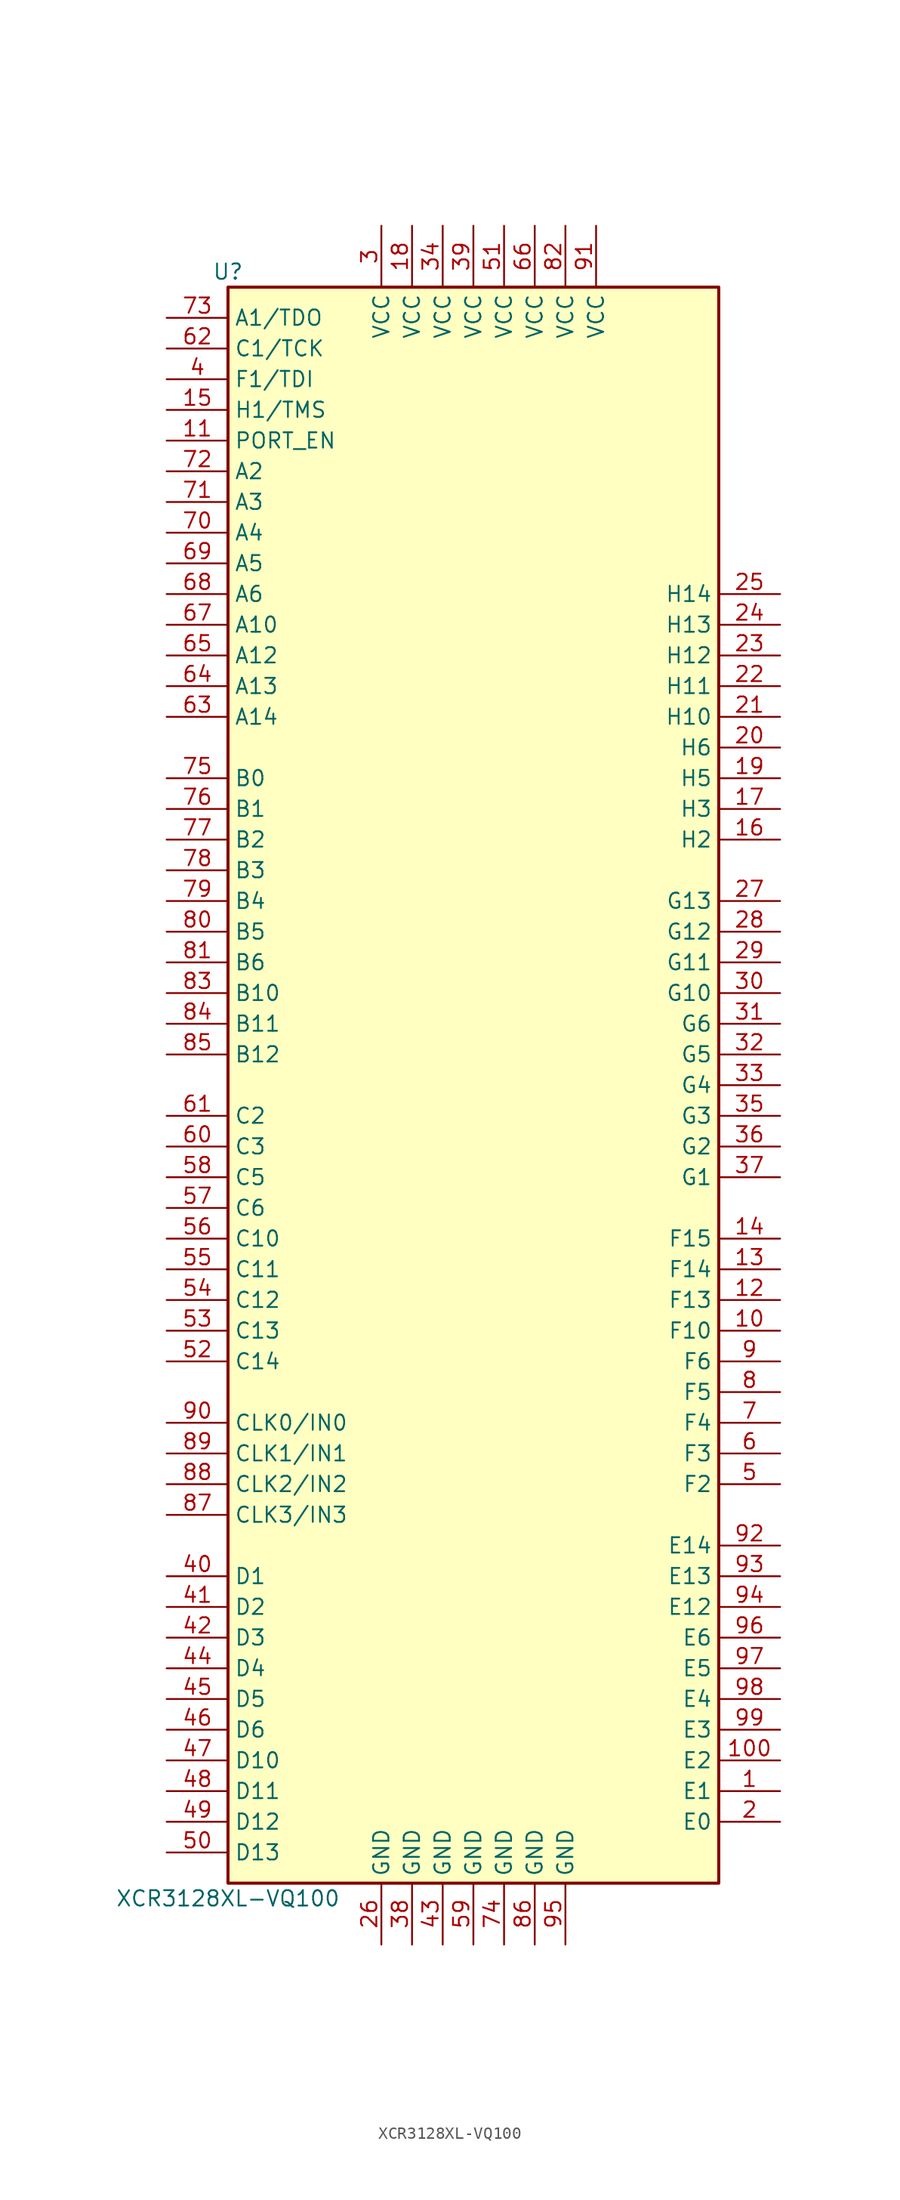
<source format=kicad_sym>
(kicad_symbol_lib
  (version 20231120)
  (generator "kicad_symbol_editor")
  (generator_version "8.0")
  (symbol "XCR3128XL-VQ100"
    (property "Reference" "U"
      (at -20.32 67.31 0)
      (effects (font (size 1.27 1.27))))
    (property "Value" "XCR3128XL-VQ100"
      (at -20.32 -67.31 0)
      (effects (font (size 1.27 1.27))))
    (symbol "XCR3128XL-VQ100_1_1"
      (rectangle (start -20.32 66.04) (end 20.32 -66.04) (stroke (width 0.254) (type default)) (fill (type background)))
      (pin passive line (at 25.4 -58.42 180) (length 5.08) (name "E1" (effects (font (size 1.27 1.27)))) (number "1" (effects (font (size 1.27 1.27)))))
      (pin passive line (at 25.4 -20.32 180) (length 5.08) (name "F10" (effects (font (size 1.27 1.27)))) (number "10" (effects (font (size 1.27 1.27)))))
      (pin passive line (at 25.4 -55.88 180) (length 5.08) (name "E2" (effects (font (size 1.27 1.27)))) (number "100" (effects (font (size 1.27 1.27)))))
      (pin passive line (at -25.4 53.34 0) (length 5.08) (name "PORT_EN" (effects (font (size 1.27 1.27)))) (number "11" (effects (font (size 1.27 1.27)))))
      (pin passive line (at 25.4 -17.78 180) (length 5.08) (name "F13" (effects (font (size 1.27 1.27)))) (number "12" (effects (font (size 1.27 1.27)))))
      (pin passive line (at 25.4 -15.24 180) (length 5.08) (name "F14" (effects (font (size 1.27 1.27)))) (number "13" (effects (font (size 1.27 1.27)))))
      (pin passive line (at 25.4 -12.7 180) (length 5.08) (name "F15" (effects (font (size 1.27 1.27)))) (number "14" (effects (font (size 1.27 1.27)))))
      (pin passive line (at -25.4 55.88 0) (length 5.08) (name "H1/TMS" (effects (font (size 1.27 1.27)))) (number "15" (effects (font (size 1.27 1.27)))))
      (pin passive line (at 25.4 20.32 180) (length 5.08) (name "H2" (effects (font (size 1.27 1.27)))) (number "16" (effects (font (size 1.27 1.27)))))
      (pin passive line (at 25.4 22.86 180) (length 5.08) (name "H3" (effects (font (size 1.27 1.27)))) (number "17" (effects (font (size 1.27 1.27)))))
      (pin power_in line (at -5.08 71.12 270) (length 5.08) (name "VCC" (effects (font (size 1.27 1.27)))) (number "18" (effects (font (size 1.27 1.27)))))
      (pin passive line (at 25.4 25.4 180) (length 5.08) (name "H5" (effects (font (size 1.27 1.27)))) (number "19" (effects (font (size 1.27 1.27)))))
      (pin passive line (at 25.4 -60.96 180) (length 5.08) (name "E0" (effects (font (size 1.27 1.27)))) (number "2" (effects (font (size 1.27 1.27)))))
      (pin passive line (at 25.4 27.94 180) (length 5.08) (name "H6" (effects (font (size 1.27 1.27)))) (number "20" (effects (font (size 1.27 1.27)))))
      (pin passive line (at 25.4 30.48 180) (length 5.08) (name "H10" (effects (font (size 1.27 1.27)))) (number "21" (effects (font (size 1.27 1.27)))))
      (pin passive line (at 25.4 33.02 180) (length 5.08) (name "H11" (effects (font (size 1.27 1.27)))) (number "22" (effects (font (size 1.27 1.27)))))
      (pin passive line (at 25.4 35.56 180) (length 5.08) (name "H12" (effects (font (size 1.27 1.27)))) (number "23" (effects (font (size 1.27 1.27)))))
      (pin passive line (at 25.4 38.1 180) (length 5.08) (name "H13" (effects (font (size 1.27 1.27)))) (number "24" (effects (font (size 1.27 1.27)))))
      (pin passive line (at 25.4 40.64 180) (length 5.08) (name "H14" (effects (font (size 1.27 1.27)))) (number "25" (effects (font (size 1.27 1.27)))))
      (pin power_in line (at -7.62 -71.12 90) (length 5.08) (name "GND" (effects (font (size 1.27 1.27)))) (number "26" (effects (font (size 1.27 1.27)))))
      (pin passive line (at 25.4 15.24 180) (length 5.08) (name "G13" (effects (font (size 1.27 1.27)))) (number "27" (effects (font (size 1.27 1.27)))))
      (pin passive line (at 25.4 12.7 180) (length 5.08) (name "G12" (effects (font (size 1.27 1.27)))) (number "28" (effects (font (size 1.27 1.27)))))
      (pin passive line (at 25.4 10.16 180) (length 5.08) (name "G11" (effects (font (size 1.27 1.27)))) (number "29" (effects (font (size 1.27 1.27)))))
      (pin power_in line (at -7.62 71.12 270) (length 5.08) (name "VCC" (effects (font (size 1.27 1.27)))) (number "3" (effects (font (size 1.27 1.27)))))
      (pin passive line (at 25.4 7.62 180) (length 5.08) (name "G10" (effects (font (size 1.27 1.27)))) (number "30" (effects (font (size 1.27 1.27)))))
      (pin passive line (at 25.4 5.08 180) (length 5.08) (name "G6" (effects (font (size 1.27 1.27)))) (number "31" (effects (font (size 1.27 1.27)))))
      (pin passive line (at 25.4 2.54 180) (length 5.08) (name "G5" (effects (font (size 1.27 1.27)))) (number "32" (effects (font (size 1.27 1.27)))))
      (pin passive line (at 25.4 0 180) (length 5.08) (name "G4" (effects (font (size 1.27 1.27)))) (number "33" (effects (font (size 1.27 1.27)))))
      (pin power_in line (at -2.54 71.12 270) (length 5.08) (name "VCC" (effects (font (size 1.27 1.27)))) (number "34" (effects (font (size 1.27 1.27)))))
      (pin passive line (at 25.4 -2.54 180) (length 5.08) (name "G3" (effects (font (size 1.27 1.27)))) (number "35" (effects (font (size 1.27 1.27)))))
      (pin passive line (at 25.4 -5.08 180) (length 5.08) (name "G2" (effects (font (size 1.27 1.27)))) (number "36" (effects (font (size 1.27 1.27)))))
      (pin passive line (at 25.4 -7.62 180) (length 5.08) (name "G1" (effects (font (size 1.27 1.27)))) (number "37" (effects (font (size 1.27 1.27)))))
      (pin power_in line (at -5.08 -71.12 90) (length 5.08) (name "GND" (effects (font (size 1.27 1.27)))) (number "38" (effects (font (size 1.27 1.27)))))
      (pin power_in line (at 0 71.12 270) (length 5.08) (name "VCC" (effects (font (size 1.27 1.27)))) (number "39" (effects (font (size 1.27 1.27)))))
      (pin passive line (at -25.4 58.42 0) (length 5.08) (name "F1/TDI" (effects (font (size 1.27 1.27)))) (number "4" (effects (font (size 1.27 1.27)))))
      (pin passive line (at -25.4 -40.64 0) (length 5.08) (name "D1" (effects (font (size 1.27 1.27)))) (number "40" (effects (font (size 1.27 1.27)))))
      (pin passive line (at -25.4 -43.18 0) (length 5.08) (name "D2" (effects (font (size 1.27 1.27)))) (number "41" (effects (font (size 1.27 1.27)))))
      (pin passive line (at -25.4 -45.72 0) (length 5.08) (name "D3" (effects (font (size 1.27 1.27)))) (number "42" (effects (font (size 1.27 1.27)))))
      (pin power_in line (at -2.54 -71.12 90) (length 5.08) (name "GND" (effects (font (size 1.27 1.27)))) (number "43" (effects (font (size 1.27 1.27)))))
      (pin passive line (at -25.4 -48.26 0) (length 5.08) (name "D4" (effects (font (size 1.27 1.27)))) (number "44" (effects (font (size 1.27 1.27)))))
      (pin passive line (at -25.4 -50.8 0) (length 5.08) (name "D5" (effects (font (size 1.27 1.27)))) (number "45" (effects (font (size 1.27 1.27)))))
      (pin passive line (at -25.4 -53.34 0) (length 5.08) (name "D6" (effects (font (size 1.27 1.27)))) (number "46" (effects (font (size 1.27 1.27)))))
      (pin passive line (at -25.4 -55.88 0) (length 5.08) (name "D10" (effects (font (size 1.27 1.27)))) (number "47" (effects (font (size 1.27 1.27)))))
      (pin passive line (at -25.4 -58.42 0) (length 5.08) (name "D11" (effects (font (size 1.27 1.27)))) (number "48" (effects (font (size 1.27 1.27)))))
      (pin passive line (at -25.4 -60.96 0) (length 5.08) (name "D12" (effects (font (size 1.27 1.27)))) (number "49" (effects (font (size 1.27 1.27)))))
      (pin passive line (at 25.4 -33.02 180) (length 5.08) (name "F2" (effects (font (size 1.27 1.27)))) (number "5" (effects (font (size 1.27 1.27)))))
      (pin passive line (at -25.4 -63.5 0) (length 5.08) (name "D13" (effects (font (size 1.27 1.27)))) (number "50" (effects (font (size 1.27 1.27)))))
      (pin power_in line (at 2.54 71.12 270) (length 5.08) (name "VCC" (effects (font (size 1.27 1.27)))) (number "51" (effects (font (size 1.27 1.27)))))
      (pin passive line (at -25.4 -22.86 0) (length 5.08) (name "C14" (effects (font (size 1.27 1.27)))) (number "52" (effects (font (size 1.27 1.27)))))
      (pin passive line (at -25.4 -20.32 0) (length 5.08) (name "C13" (effects (font (size 1.27 1.27)))) (number "53" (effects (font (size 1.27 1.27)))))
      (pin passive line (at -25.4 -17.78 0) (length 5.08) (name "C12" (effects (font (size 1.27 1.27)))) (number "54" (effects (font (size 1.27 1.27)))))
      (pin passive line (at -25.4 -15.24 0) (length 5.08) (name "C11" (effects (font (size 1.27 1.27)))) (number "55" (effects (font (size 1.27 1.27)))))
      (pin passive line (at -25.4 -12.7 0) (length 5.08) (name "C10" (effects (font (size 1.27 1.27)))) (number "56" (effects (font (size 1.27 1.27)))))
      (pin passive line (at -25.4 -10.16 0) (length 5.08) (name "C6" (effects (font (size 1.27 1.27)))) (number "57" (effects (font (size 1.27 1.27)))))
      (pin passive line (at -25.4 -7.62 0) (length 5.08) (name "C5" (effects (font (size 1.27 1.27)))) (number "58" (effects (font (size 1.27 1.27)))))
      (pin power_in line (at 0 -71.12 90) (length 5.08) (name "GND" (effects (font (size 1.27 1.27)))) (number "59" (effects (font (size 1.27 1.27)))))
      (pin passive line (at 25.4 -30.48 180) (length 5.08) (name "F3" (effects (font (size 1.27 1.27)))) (number "6" (effects (font (size 1.27 1.27)))))
      (pin passive line (at -25.4 -5.08 0) (length 5.08) (name "C3" (effects (font (size 1.27 1.27)))) (number "60" (effects (font (size 1.27 1.27)))))
      (pin passive line (at -25.4 -2.54 0) (length 5.08) (name "C2" (effects (font (size 1.27 1.27)))) (number "61" (effects (font (size 1.27 1.27)))))
      (pin passive line (at -25.4 60.96 0) (length 5.08) (name "C1/TCK" (effects (font (size 1.27 1.27)))) (number "62" (effects (font (size 1.27 1.27)))))
      (pin passive line (at -25.4 30.48 0) (length 5.08) (name "A14" (effects (font (size 1.27 1.27)))) (number "63" (effects (font (size 1.27 1.27)))))
      (pin passive line (at -25.4 33.02 0) (length 5.08) (name "A13" (effects (font (size 1.27 1.27)))) (number "64" (effects (font (size 1.27 1.27)))))
      (pin passive line (at -25.4 35.56 0) (length 5.08) (name "A12" (effects (font (size 1.27 1.27)))) (number "65" (effects (font (size 1.27 1.27)))))
      (pin power_in line (at 5.08 71.12 270) (length 5.08) (name "VCC" (effects (font (size 1.27 1.27)))) (number "66" (effects (font (size 1.27 1.27)))))
      (pin passive line (at -25.4 38.1 0) (length 5.08) (name "A10" (effects (font (size 1.27 1.27)))) (number "67" (effects (font (size 1.27 1.27)))))
      (pin passive line (at -25.4 40.64 0) (length 5.08) (name "A6" (effects (font (size 1.27 1.27)))) (number "68" (effects (font (size 1.27 1.27)))))
      (pin passive line (at -25.4 43.18 0) (length 5.08) (name "A5" (effects (font (size 1.27 1.27)))) (number "69" (effects (font (size 1.27 1.27)))))
      (pin passive line (at 25.4 -27.94 180) (length 5.08) (name "F4" (effects (font (size 1.27 1.27)))) (number "7" (effects (font (size 1.27 1.27)))))
      (pin passive line (at -25.4 45.72 0) (length 5.08) (name "A4" (effects (font (size 1.27 1.27)))) (number "70" (effects (font (size 1.27 1.27)))))
      (pin passive line (at -25.4 48.26 0) (length 5.08) (name "A3" (effects (font (size 1.27 1.27)))) (number "71" (effects (font (size 1.27 1.27)))))
      (pin passive line (at -25.4 50.8 0) (length 5.08) (name "A2" (effects (font (size 1.27 1.27)))) (number "72" (effects (font (size 1.27 1.27)))))
      (pin passive line (at -25.4 63.5 0) (length 5.08) (name "A1/TDO" (effects (font (size 1.27 1.27)))) (number "73" (effects (font (size 1.27 1.27)))))
      (pin power_in line (at 2.54 -71.12 90) (length 5.08) (name "GND" (effects (font (size 1.27 1.27)))) (number "74" (effects (font (size 1.27 1.27)))))
      (pin passive line (at -25.4 25.4 0) (length 5.08) (name "B0" (effects (font (size 1.27 1.27)))) (number "75" (effects (font (size 1.27 1.27)))))
      (pin passive line (at -25.4 22.86 0) (length 5.08) (name "B1" (effects (font (size 1.27 1.27)))) (number "76" (effects (font (size 1.27 1.27)))))
      (pin passive line (at -25.4 20.32 0) (length 5.08) (name "B2" (effects (font (size 1.27 1.27)))) (number "77" (effects (font (size 1.27 1.27)))))
      (pin passive line (at -25.4 17.78 0) (length 5.08) (name "B3" (effects (font (size 1.27 1.27)))) (number "78" (effects (font (size 1.27 1.27)))))
      (pin passive line (at -25.4 15.24 0) (length 5.08) (name "B4" (effects (font (size 1.27 1.27)))) (number "79" (effects (font (size 1.27 1.27)))))
      (pin passive line (at 25.4 -25.4 180) (length 5.08) (name "F5" (effects (font (size 1.27 1.27)))) (number "8" (effects (font (size 1.27 1.27)))))
      (pin passive line (at -25.4 12.7 0) (length 5.08) (name "B5" (effects (font (size 1.27 1.27)))) (number "80" (effects (font (size 1.27 1.27)))))
      (pin passive line (at -25.4 10.16 0) (length 5.08) (name "B6" (effects (font (size 1.27 1.27)))) (number "81" (effects (font (size 1.27 1.27)))))
      (pin power_in line (at 7.62 71.12 270) (length 5.08) (name "VCC" (effects (font (size 1.27 1.27)))) (number "82" (effects (font (size 1.27 1.27)))))
      (pin passive line (at -25.4 7.62 0) (length 5.08) (name "B10" (effects (font (size 1.27 1.27)))) (number "83" (effects (font (size 1.27 1.27)))))
      (pin passive line (at -25.4 5.08 0) (length 5.08) (name "B11" (effects (font (size 1.27 1.27)))) (number "84" (effects (font (size 1.27 1.27)))))
      (pin passive line (at -25.4 2.54 0) (length 5.08) (name "B12" (effects (font (size 1.27 1.27)))) (number "85" (effects (font (size 1.27 1.27)))))
      (pin power_in line (at 5.08 -71.12 90) (length 5.08) (name "GND" (effects (font (size 1.27 1.27)))) (number "86" (effects (font (size 1.27 1.27)))))
      (pin input line (at -25.4 -35.56 0) (length 5.08) (name "CLK3/IN3" (effects (font (size 1.27 1.27)))) (number "87" (effects (font (size 1.27 1.27)))))
      (pin input line (at -25.4 -33.02 0) (length 5.08) (name "CLK2/IN2" (effects (font (size 1.27 1.27)))) (number "88" (effects (font (size 1.27 1.27)))))
      (pin input line (at -25.4 -30.48 0) (length 5.08) (name "CLK1/IN1" (effects (font (size 1.27 1.27)))) (number "89" (effects (font (size 1.27 1.27)))))
      (pin passive line (at 25.4 -22.86 180) (length 5.08) (name "F6" (effects (font (size 1.27 1.27)))) (number "9" (effects (font (size 1.27 1.27)))))
      (pin input line (at -25.4 -27.94 0) (length 5.08) (name "CLK0/IN0" (effects (font (size 1.27 1.27)))) (number "90" (effects (font (size 1.27 1.27)))))
      (pin power_in line (at 10.16 71.12 270) (length 5.08) (name "VCC" (effects (font (size 1.27 1.27)))) (number "91" (effects (font (size 1.27 1.27)))))
      (pin passive line (at 25.4 -38.1 180) (length 5.08) (name "E14" (effects (font (size 1.27 1.27)))) (number "92" (effects (font (size 1.27 1.27)))))
      (pin passive line (at 25.4 -40.64 180) (length 5.08) (name "E13" (effects (font (size 1.27 1.27)))) (number "93" (effects (font (size 1.27 1.27)))))
      (pin passive line (at 25.4 -43.18 180) (length 5.08) (name "E12" (effects (font (size 1.27 1.27)))) (number "94" (effects (font (size 1.27 1.27)))))
      (pin power_in line (at 7.62 -71.12 90) (length 5.08) (name "GND" (effects (font (size 1.27 1.27)))) (number "95" (effects (font (size 1.27 1.27)))))
      (pin passive line (at 25.4 -45.72 180) (length 5.08) (name "E6" (effects (font (size 1.27 1.27)))) (number "96" (effects (font (size 1.27 1.27)))))
      (pin passive line (at 25.4 -48.26 180) (length 5.08) (name "E5" (effects (font (size 1.27 1.27)))) (number "97" (effects (font (size 1.27 1.27)))))
      (pin passive line (at 25.4 -50.8 180) (length 5.08) (name "E4" (effects (font (size 1.27 1.27)))) (number "98" (effects (font (size 1.27 1.27)))))
      (pin passive line (at 25.4 -53.34 180) (length 5.08) (name "E3" (effects (font (size 1.27 1.27)))) (number "99" (effects (font (size 1.27 1.27))))))))
</source>
